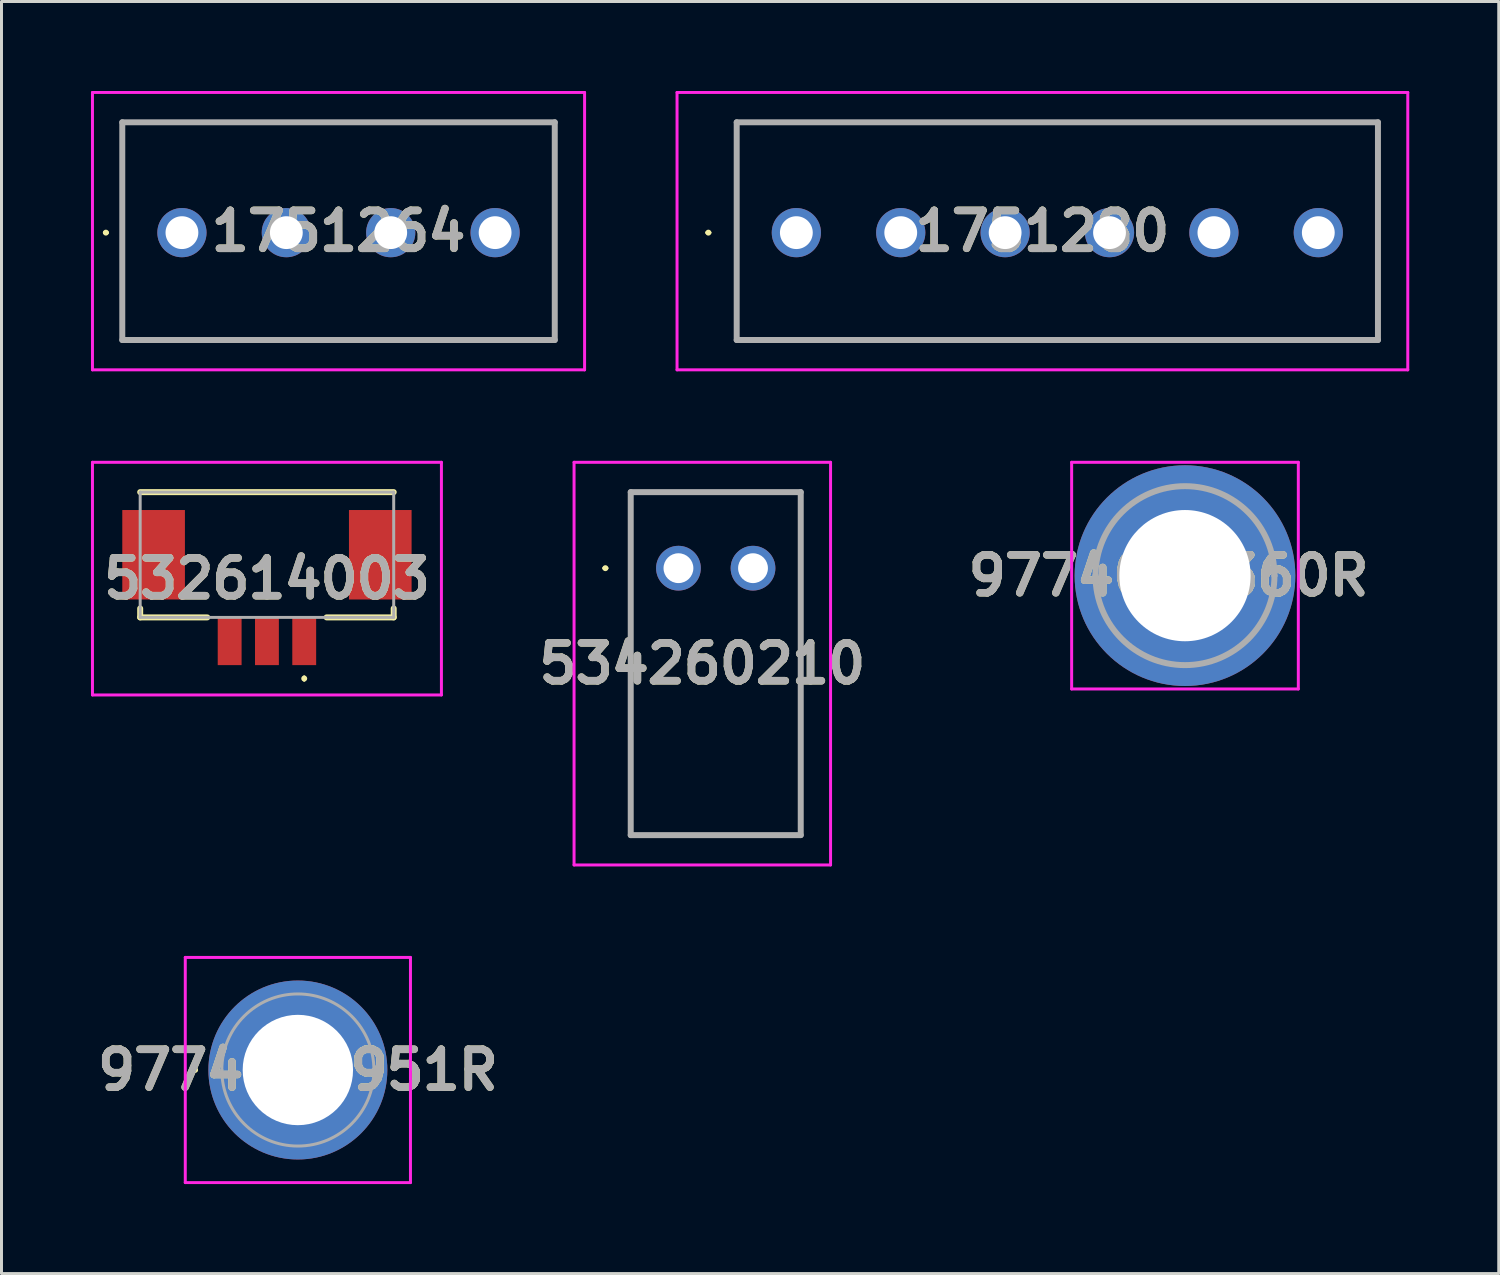
<source format=kicad_pcb>
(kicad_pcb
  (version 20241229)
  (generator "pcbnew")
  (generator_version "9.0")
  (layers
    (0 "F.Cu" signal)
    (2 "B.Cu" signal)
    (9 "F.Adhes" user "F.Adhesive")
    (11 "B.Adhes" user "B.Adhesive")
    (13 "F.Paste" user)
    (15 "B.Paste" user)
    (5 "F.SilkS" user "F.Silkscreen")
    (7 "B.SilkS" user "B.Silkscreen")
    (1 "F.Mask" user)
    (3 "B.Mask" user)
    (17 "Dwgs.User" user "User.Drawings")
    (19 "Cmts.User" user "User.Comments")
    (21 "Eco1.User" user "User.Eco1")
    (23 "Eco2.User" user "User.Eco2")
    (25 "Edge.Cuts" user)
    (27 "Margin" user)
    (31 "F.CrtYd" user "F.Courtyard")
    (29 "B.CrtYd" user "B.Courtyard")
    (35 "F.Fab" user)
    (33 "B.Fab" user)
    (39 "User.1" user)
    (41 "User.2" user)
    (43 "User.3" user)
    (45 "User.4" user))
  (footprint "9774030951R"
    (layer "F.Cu")
    (at 6.937 32.825)
    (property "Reference" "9774030951R" (at 0 0 0) (layer "F.SilkS") (effects (font (size 1.27 1.27) (thickness 0.254))))
    (attr through_hole)
    (fp_line (start -3.5 0) (end -3.5 0) (stroke (width 0.1) (type solid)) (layer "F.SilkS"))
    (fp_line (start -3.4 0) (end -3.4 0) (stroke (width 0.1) (type solid)) (layer "F.SilkS"))
    (fp_arc (start -3.5 0) (mid -3.45 -0.05) (end -3.4 0) (stroke (width 0.1) (type solid)) (layer "F.SilkS"))
    (fp_arc (start -3.4 0) (mid -3.45 0.05) (end -3.5 0) (stroke (width 0.1) (type solid)) (layer "F.SilkS"))
    (fp_line (start -3.775 -3.775) (end 3.775 -3.775) (stroke (width 0.1) (type solid)) (layer "F.CrtYd"))
    (fp_line (start -3.775 3.775) (end -3.775 -3.775) (stroke (width 0.1) (type solid)) (layer "F.CrtYd"))
    (fp_line (start 3.775 -3.775) (end 3.775 3.775) (stroke (width 0.1) (type solid)) (layer "F.CrtYd"))
    (fp_line (start 3.775 3.775) (end -3.775 3.775) (stroke (width 0.1) (type solid)) (layer "F.CrtYd"))
    (fp_line (start -2.55 0) (end -2.55 0) (stroke (width 0.1) (type solid)) (layer "F.Fab"))
    (fp_line (start 2.55 0) (end 2.55 0) (stroke (width 0.1) (type solid)) (layer "F.Fab"))
    (fp_arc (start -2.55 0) (mid 0 -2.55) (end 2.55 0) (stroke (width 0.1) (type solid)) (layer "F.Fab"))
    (fp_arc (start 2.55 0) (mid 0 2.55) (end -2.55 0) (stroke (width 0.1) (type solid)) (layer "F.Fab"))
    (fp_text user "${REFERENCE}" (at 0 0 0) (layer "F.Fab") (effects (font (size 1.27 1.27) (thickness 0.254))))
    (pad "1" thru_hole circle (at 0 0) (size 6 6) (drill 3.7) (layers "*.Cu" "*.Mask")))
  (footprint "534260210"
    (layer "F.Cu")
    (at 19.697 16)
    (property "Reference" "534260210" (at 0.8 3.2 0) (layer "F.SilkS") (effects (font (size 1.27 1.27) (thickness 0.254))))
    (attr through_hole)
    (fp_line (start -2.5 0) (end -2.5 0) (stroke (width 0.1) (type solid)) (layer "F.SilkS"))
    (fp_line (start -2.4 0) (end -2.4 0) (stroke (width 0.1) (type solid)) (layer "F.SilkS"))
    (fp_line (start -1.6 -2.55) (end 4.1 -2.55) (stroke (width 0.1) (type solid)) (layer "F.SilkS"))
    (fp_line (start -1.6 8.95) (end -1.6 -2.55) (stroke (width 0.1) (type solid)) (layer "F.SilkS"))
    (fp_line (start 4.1 -2.55) (end 4.1 8.95) (stroke (width 0.1) (type solid)) (layer "F.SilkS"))
    (fp_line (start 4.1 8.95) (end -1.6 8.95) (stroke (width 0.1) (type solid)) (layer "F.SilkS"))
    (fp_arc (start -2.5 0) (mid -2.45 -0.05) (end -2.4 0) (stroke (width 0.1) (type solid)) (layer "F.SilkS"))
    (fp_arc (start -2.4 0) (mid -2.45 0.05) (end -2.5 0) (stroke (width 0.1) (type solid)) (layer "F.SilkS"))
    (fp_line (start -3.5 -3.55) (end 5.1 -3.55) (stroke (width 0.1) (type solid)) (layer "F.CrtYd"))
    (fp_line (start -3.5 9.95) (end -3.5 -3.55) (stroke (width 0.1) (type solid)) (layer "F.CrtYd"))
    (fp_line (start 5.1 -3.55) (end 5.1 9.95) (stroke (width 0.1) (type solid)) (layer "F.CrtYd"))
    (fp_line (start 5.1 9.95) (end -3.5 9.95) (stroke (width 0.1) (type solid)) (layer "F.CrtYd"))
    (fp_line (start -1.6 -2.55) (end 4.1 -2.55) (stroke (width 0.2) (type solid)) (layer "F.Fab"))
    (fp_line (start -1.6 8.95) (end -1.6 -2.55) (stroke (width 0.2) (type solid)) (layer "F.Fab"))
    (fp_line (start 4.1 -2.55) (end 4.1 8.95) (stroke (width 0.2) (type solid)) (layer "F.Fab"))
    (fp_line (start 4.1 8.95) (end -1.6 8.95) (stroke (width 0.2) (type solid)) (layer "F.Fab"))
    (fp_text user "${REFERENCE}" (at 0.8 3.2 0) (layer "F.Fab") (effects (font (size 1.27 1.27) (thickness 0.254))))
    (pad "1" thru_hole circle (at 0 0) (size 1.5 1.5) (drill 1) (layers "*.Cu" "*.Mask"))
    (pad "2" thru_hole circle (at 2.5 0) (size 1.5 1.5) (drill 1) (layers "*.Cu" "*.Mask")))
  (footprint "1751264"
    (layer "F.Cu")
    (at 3.05 4.75)
    (property "Reference" "1751264" (at 5.25 -0.05 0) (layer "F.SilkS") (effects (font (size 1.27 1.27) (thickness 0.254))))
    (attr through_hole)
    (fp_line (start -2.6 0) (end -2.6 0) (stroke (width 0.1) (type solid)) (layer "F.SilkS"))
    (fp_line (start -2.5 0) (end -2.5 0) (stroke (width 0.1) (type solid)) (layer "F.SilkS"))
    (fp_line (start -2 -3.7) (end 12.5 -3.7) (stroke (width 0.1) (type solid)) (layer "F.SilkS"))
    (fp_line (start -2 3.6) (end -2 -3.7) (stroke (width 0.1) (type solid)) (layer "F.SilkS"))
    (fp_line (start 12.5 -3.7) (end 12.5 3.6) (stroke (width 0.1) (type solid)) (layer "F.SilkS"))
    (fp_line (start 12.5 3.6) (end -2 3.6) (stroke (width 0.1) (type solid)) (layer "F.SilkS"))
    (fp_arc (start -2.6 0) (mid -2.55 -0.05) (end -2.5 0) (stroke (width 0.1) (type solid)) (layer "F.SilkS"))
    (fp_arc (start -2.5 0) (mid -2.55 0.05) (end -2.6 0) (stroke (width 0.1) (type solid)) (layer "F.SilkS"))
    (fp_line (start -3 -4.7) (end 13.5 -4.7) (stroke (width 0.1) (type solid)) (layer "F.CrtYd"))
    (fp_line (start -3 4.6) (end -3 -4.7) (stroke (width 0.1) (type solid)) (layer "F.CrtYd"))
    (fp_line (start 13.5 -4.7) (end 13.5 4.6) (stroke (width 0.1) (type solid)) (layer "F.CrtYd"))
    (fp_line (start 13.5 4.6) (end -3 4.6) (stroke (width 0.1) (type solid)) (layer "F.CrtYd"))
    (fp_line (start -2 -3.7) (end -2 3.6) (stroke (width 0.2) (type solid)) (layer "F.Fab"))
    (fp_line (start -2 3.6) (end 12.5 3.6) (stroke (width 0.2) (type solid)) (layer "F.Fab"))
    (fp_line (start 12.5 -3.7) (end -2 -3.7) (stroke (width 0.2) (type solid)) (layer "F.Fab"))
    (fp_line (start 12.5 3.6) (end 12.5 -3.7) (stroke (width 0.2) (type solid)) (layer "F.Fab"))
    (fp_text user "${REFERENCE}" (at 5.25 -0.05 0) (layer "F.Fab") (effects (font (size 1.27 1.27) (thickness 0.254))))
    (pad "1" thru_hole circle (at 0 0) (size 1.65 1.65) (drill 1.1) (layers "*.Cu" "*.Mask"))
    (pad "2" thru_hole circle (at 3.5 0) (size 1.65 1.65) (drill 1.1) (layers "*.Cu" "*.Mask"))
    (pad "3" thru_hole circle (at 7 0) (size 1.65 1.65) (drill 1.1) (layers "*.Cu" "*.Mask"))
    (pad "4" thru_hole circle (at 10.5 0) (size 1.65 1.65) (drill 1.1) (layers "*.Cu" "*.Mask")))
  (footprint "9774030360R"
    (layer "F.Cu")
    (at 36.68 16.25)
    (property "Reference" "9774030360R" (at -0.55 0 0) (layer "F.SilkS") (effects (font (size 1.27 1.27) (thickness 0.254))))
    (attr through_hole)
    (fp_line (start -3.8 -3.8) (end 3.8 -3.8) (stroke (width 0.1) (type solid)) (layer "F.CrtYd"))
    (fp_line (start -3.8 3.8) (end -3.8 -3.8) (stroke (width 0.1) (type solid)) (layer "F.CrtYd"))
    (fp_line (start 3.8 -3.8) (end 3.8 3.8) (stroke (width 0.1) (type solid)) (layer "F.CrtYd"))
    (fp_line (start 3.8 3.8) (end -3.8 3.8) (stroke (width 0.1) (type solid)) (layer "F.CrtYd"))
    (fp_line (start -3 0) (end -3 0) (stroke (width 0.2) (type solid)) (layer "F.Fab"))
    (fp_line (start 3 0) (end 3 0) (stroke (width 0.2) (type solid)) (layer "F.Fab"))
    (fp_arc (start -3 0) (mid 0 -3) (end 3 0) (stroke (width 0.2) (type solid)) (layer "F.Fab"))
    (fp_arc (start 3 0) (mid 0 3) (end -3 0) (stroke (width 0.2) (type solid)) (layer "F.Fab"))
    (fp_text user "${REFERENCE}" (at -0.55 0 0) (layer "F.Fab") (effects (font (size 1.27 1.27) (thickness 0.254))))
    (pad "1" thru_hole circle (at 0 0) (size 7.4 7.4) (drill 4.4) (layers "*.Cu" "*.Mask")))
  (footprint "1751280"
    (layer "F.Cu")
    (at 23.65 4.75)
    (property "Reference" "1751280" (at 8.25 -0.05 0) (layer "F.SilkS") (effects (font (size 1.27 1.27) (thickness 0.254))))
    (attr through_hole)
    (fp_line (start -3 0) (end -3 0) (stroke (width 0.1) (type solid)) (layer "F.SilkS"))
    (fp_line (start -2.9 0) (end -2.9 0) (stroke (width 0.1) (type solid)) (layer "F.SilkS"))
    (fp_line (start -2 -3.7) (end 19.5 -3.7) (stroke (width 0.1) (type solid)) (layer "F.SilkS"))
    (fp_line (start -2 3.6) (end -2 -3.7) (stroke (width 0.1) (type solid)) (layer "F.SilkS"))
    (fp_line (start 19.5 -3.7) (end 19.5 3.6) (stroke (width 0.1) (type solid)) (layer "F.SilkS"))
    (fp_line (start 19.5 3.6) (end -2 3.6) (stroke (width 0.1) (type solid)) (layer "F.SilkS"))
    (fp_arc (start -3 0) (mid -2.95 -0.05) (end -2.9 0) (stroke (width 0.1) (type solid)) (layer "F.SilkS"))
    (fp_arc (start -2.9 0) (mid -2.95 0.05) (end -3 0) (stroke (width 0.1) (type solid)) (layer "F.SilkS"))
    (fp_line (start -4 -4.7) (end 20.5 -4.7) (stroke (width 0.1) (type solid)) (layer "F.CrtYd"))
    (fp_line (start -4 4.6) (end -4 -4.7) (stroke (width 0.1) (type solid)) (layer "F.CrtYd"))
    (fp_line (start 20.5 -4.7) (end 20.5 4.6) (stroke (width 0.1) (type solid)) (layer "F.CrtYd"))
    (fp_line (start 20.5 4.6) (end -4 4.6) (stroke (width 0.1) (type solid)) (layer "F.CrtYd"))
    (fp_line (start -2 -3.7) (end 19.5 -3.7) (stroke (width 0.2) (type solid)) (layer "F.Fab"))
    (fp_line (start -2 3.6) (end -2 -3.7) (stroke (width 0.2) (type solid)) (layer "F.Fab"))
    (fp_line (start 19.5 -3.7) (end 19.5 3.6) (stroke (width 0.2) (type solid)) (layer "F.Fab"))
    (fp_line (start 19.5 3.6) (end -2 3.6) (stroke (width 0.2) (type solid)) (layer "F.Fab"))
    (fp_text user "${REFERENCE}" (at 8.25 -0.05 0) (layer "F.Fab") (effects (font (size 1.27 1.27) (thickness 0.254))))
    (pad "1" thru_hole circle (at 0 0) (size 1.65 1.65) (drill 1.1) (layers "*.Cu" "*.Mask"))
    (pad "2" thru_hole circle (at 3.5 0) (size 1.65 1.65) (drill 1.1) (layers "*.Cu" "*.Mask"))
    (pad "3" thru_hole circle (at 7 0) (size 1.65 1.65) (drill 1.1) (layers "*.Cu" "*.Mask"))
    (pad "4" thru_hole circle (at 10.5 0) (size 1.65 1.65) (drill 1.1) (layers "*.Cu" "*.Mask"))
    (pad "5" thru_hole circle (at 14 0) (size 1.65 1.65) (drill 1.1) (layers "*.Cu" "*.Mask"))
    (pad "6" thru_hole circle (at 17.5 0) (size 1.65 1.65) (drill 1.1) (layers "*.Cu" "*.Mask")))
  (footprint "532614003"
    (layer "F.Cu")
    (at 5.9 15.95)
    (property "Reference" "532614003" (at 0 0.4 0) (layer "F.SilkS") (effects (font (size 1.27 1.27) (thickness 0.254))))
    (attr smd)
    (fp_line (start -4.25 -2.5) (end 4.25 -2.5) (stroke (width 0.2) (type solid)) (layer "F.SilkS"))
    (fp_line (start -4.25 1.4) (end -4.25 1.7) (stroke (width 0.2) (type solid)) (layer "F.SilkS"))
    (fp_line (start -4.25 1.7) (end -2 1.7) (stroke (width 0.2) (type solid)) (layer "F.SilkS"))
    (fp_line (start 1.25 3.7) (end 1.25 3.7) (stroke (width 0.1) (type solid)) (layer "F.SilkS"))
    (fp_line (start 1.25 3.8) (end 1.25 3.8) (stroke (width 0.1) (type solid)) (layer "F.SilkS"))
    (fp_line (start 4.25 1.4) (end 4.25 1.7) (stroke (width 0.2) (type solid)) (layer "F.SilkS"))
    (fp_line (start 4.25 1.7) (end 2 1.7) (stroke (width 0.2) (type solid)) (layer "F.SilkS"))
    (fp_arc (start 1.25 3.7) (mid 1.3 3.75) (end 1.25 3.8) (stroke (width 0.1) (type solid)) (layer "F.SilkS"))
    (fp_arc (start 1.25 3.8) (mid 1.2 3.75) (end 1.25 3.7) (stroke (width 0.1) (type solid)) (layer "F.SilkS"))
    (fp_line (start -5.85 -3.5) (end 5.85 -3.5) (stroke (width 0.1) (type solid)) (layer "F.CrtYd"))
    (fp_line (start -5.85 4.3) (end -5.85 -3.5) (stroke (width 0.1) (type solid)) (layer "F.CrtYd"))
    (fp_line (start 5.85 -3.5) (end 5.85 4.3) (stroke (width 0.1) (type solid)) (layer "F.CrtYd"))
    (fp_line (start 5.85 4.3) (end -5.85 4.3) (stroke (width 0.1) (type solid)) (layer "F.CrtYd"))
    (fp_line (start -4.25 -2.5) (end 4.25 -2.5) (stroke (width 0.1) (type solid)) (layer "F.Fab"))
    (fp_line (start -4.25 1.7) (end -4.25 -2.5) (stroke (width 0.1) (type solid)) (layer "F.Fab"))
    (fp_line (start 4.25 -2.5) (end 4.25 1.7) (stroke (width 0.1) (type solid)) (layer "F.Fab"))
    (fp_line (start 4.25 1.7) (end -4.25 1.7) (stroke (width 0.1) (type solid)) (layer "F.Fab"))
    (fp_text user "${REFERENCE}" (at 0 0.4 0) (layer "F.Fab") (effects (font (size 1.27 1.27) (thickness 0.254))))
    (pad "1" smd rect (at 1.25 2.5) (size 0.8 1.6) (layers "F.Cu" "F.Mask" "F.Paste"))
    (pad "2" smd rect (at 0 2.5) (size 0.8 1.6) (layers "F.Cu" "F.Mask" "F.Paste"))
    (pad "3" smd rect (at -1.25 2.5) (size 0.8 1.6) (layers "F.Cu" "F.Mask" "F.Paste"))
    (pad "MP1" smd rect (at 3.8 -0.4) (size 2.1 3) (layers "F.Cu" "F.Mask" "F.Paste"))
    (pad "MP2" smd rect (at -3.8 -0.4) (size 2.1 3) (layers "F.Cu" "F.Mask" "F.Paste")))
  (gr_rect
    (start -3 -3)
    (end 47.2 39.65)
    (stroke (width 0.1) (type default))
    (fill no)
    (layer "Edge.Cuts")))
</source>
